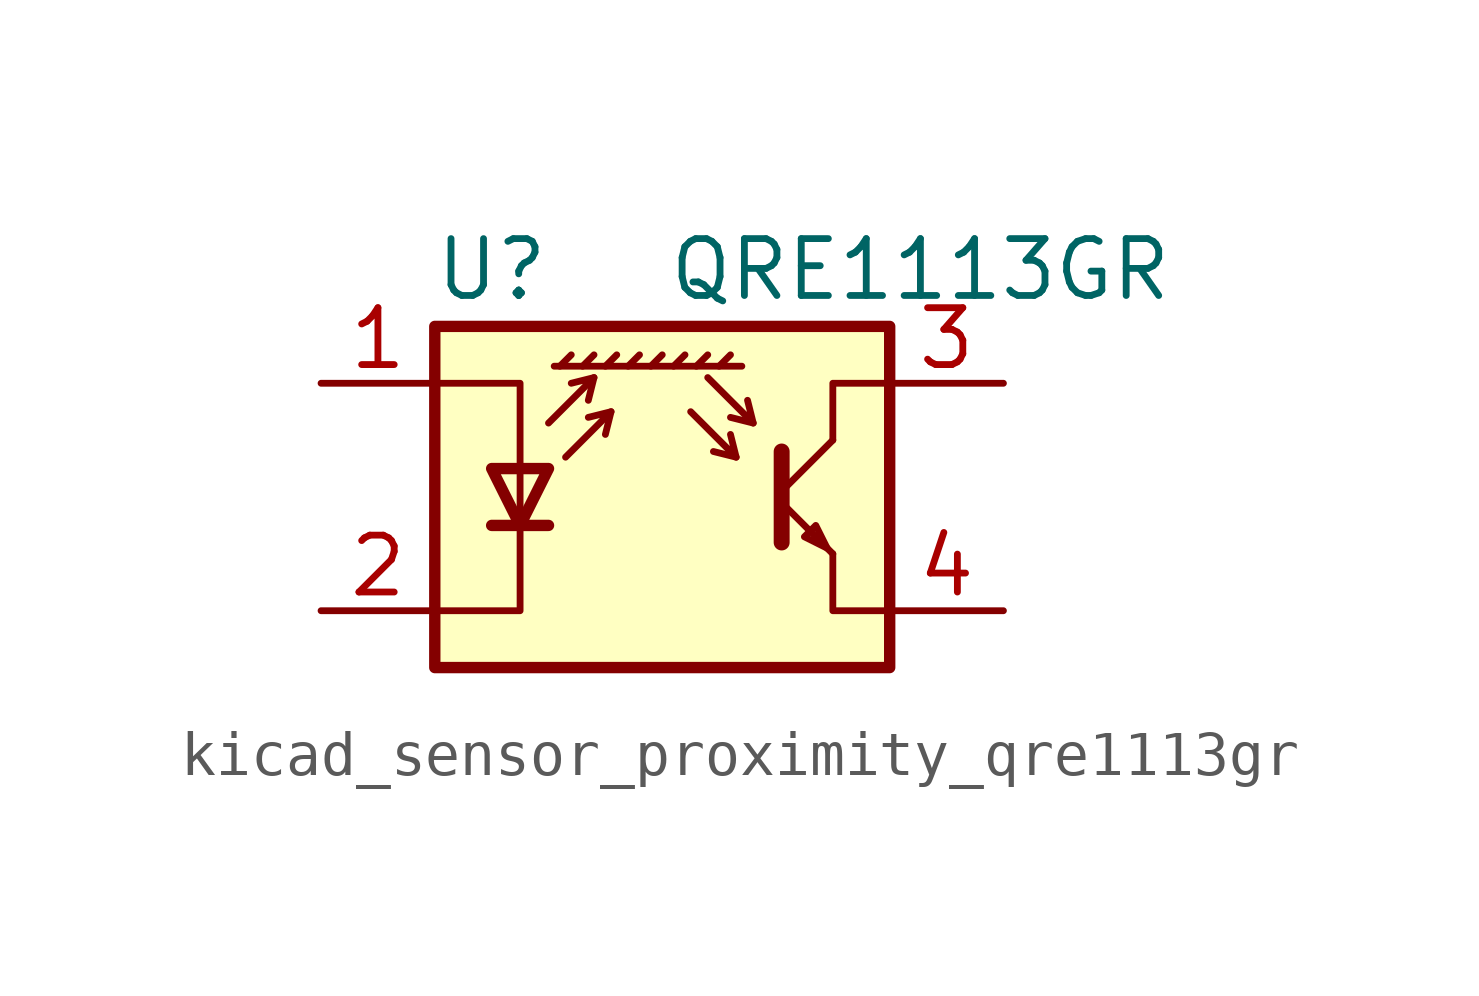
<source format=kicad_sym>
(kicad_symbol_lib
  (version 20220914)
  (generator kicad_symbol_editor)
  (symbol "kicad_sensor_proximity_qre1113gr"
    (pin_names
      (offset 0.025) hide)
    (property "Reference" "U"
      (at -3.81 5.08 0)
      (effects (font (size 1.27 1.27))))
    (property "Value" "QRE1113GR"
      (at 11.43 5.08 0)
      (effects (font (size 1.27 1.27)) (justify right)))
    (symbol "kicad_sensor_proximity_qre1113gr_0_1"
      (polyline (pts (xy -3.81 -0.635) (xy -2.54 -0.635)) (stroke (width 0.254) (type default)) (fill (type none)))
      (polyline (pts (xy -2.286 2.921) (xy -2.032 3.175)) (stroke (width 0) (type default)) (fill (type none)))
      (polyline (pts (xy -1.778 2.921) (xy -1.524 3.175)) (stroke (width 0) (type default)) (fill (type none)))
      (polyline (pts (xy -1.524 2.667) (xy -1.651 2.159)) (stroke (width 0) (type default)) (fill (type none)))
      (polyline (pts (xy -1.27 2.921) (xy -1.016 3.175)) (stroke (width 0) (type default)) (fill (type none)))
      (polyline (pts (xy -1.143 1.905) (xy -1.27 1.397)) (stroke (width 0) (type default)) (fill (type none)))
      (polyline (pts (xy -0.762 2.921) (xy -0.508 3.175)) (stroke (width 0) (type default)) (fill (type none)))
      (polyline (pts (xy -0.254 2.921) (xy 0 3.175)) (stroke (width 0) (type default)) (fill (type none)))
      (polyline (pts (xy 0.254 2.921) (xy 0.508 3.175)) (stroke (width 0) (type default)) (fill (type none)))
      (polyline (pts (xy 0.762 2.921) (xy 1.016 3.175)) (stroke (width 0) (type default)) (fill (type none)))
      (polyline (pts (xy 1.27 2.921) (xy 1.524 3.175)) (stroke (width 0) (type default)) (fill (type none)))
      (polyline (pts (xy 1.651 0.889) (xy 1.143 1.016)) (stroke (width 0) (type default)) (fill (type none)))
      (polyline (pts (xy 1.778 2.921) (xy -2.413 2.921)) (stroke (width 0) (type default)) (fill (type none)))
      (polyline (pts (xy 2.032 1.651) (xy 1.524 1.778)) (stroke (width 0) (type default)) (fill (type none)))
      (polyline (pts (xy 2.667 -0.127) (xy 3.81 -1.27)) (stroke (width 0) (type default)) (fill (type none)))
      (polyline (pts (xy 2.667 0.127) (xy 3.81 1.27)) (stroke (width 0) (type default)) (fill (type none)))
      (polyline (pts (xy -2.54 1.651) (xy -1.524 2.667) (xy -2.032 2.54)) (stroke (width 0) (type default)) (fill (type none)))
      (polyline (pts (xy -2.159 0.889) (xy -1.143 1.905) (xy -1.651 1.778)) (stroke (width 0) (type default)) (fill (type none)))
      (polyline (pts (xy 0.635 1.905) (xy 1.651 0.889) (xy 1.524 1.397)) (stroke (width 0) (type default)) (fill (type none)))
      (polyline (pts (xy 1.016 2.667) (xy 2.032 1.651) (xy 1.905 2.159)) (stroke (width 0) (type default)) (fill (type none)))
      (polyline (pts (xy 2.667 1.016) (xy 2.667 -1.016) (xy 2.667 -1.016)) (stroke (width 0.356) (type default)) (fill (type none)))
      (polyline (pts (xy 3.81 -1.27) (xy 3.81 -2.54) (xy 5.08 -2.54)) (stroke (width 0) (type default)) (fill (type none)))
      (polyline (pts (xy 3.81 1.27) (xy 3.81 2.54) (xy 5.08 2.54)) (stroke (width 0) (type default)) (fill (type none)))
      (polyline (pts (xy -5.08 -2.54) (xy -3.175 -2.54) (xy -3.175 2.54) (xy -5.08 2.54)) (stroke (width 0) (type default)) (fill (type none)))
      (polyline (pts (xy -3.175 -0.635) (xy -3.81 0.635) (xy -2.54 0.635) (xy -3.175 -0.635)) (stroke (width 0.254) (type default)) (fill (type none)))
      (polyline (pts (xy 3.683 -1.143) (xy 3.429 -0.635) (xy 3.175 -0.889) (xy 3.683 -1.143)) (stroke (width 0) (type default)) (fill (type none)))
      (polyline (pts (xy -5.08 -3.81) (xy 5.08 -3.81) (xy 5.08 3.81) (xy -5.08 3.81) (xy -5.08 -3.81)) (stroke (width 0.254) (type default)) (fill (type background))))
    (symbol "kicad_sensor_proximity_qre1113gr_1_1"
      (pin passive line (at -7.62 2.54 0) (length 2.54) (name "A" (effects (font (size 1.27 1.27)))) (number "1" (effects (font (size 1.27 1.27)))))
      (pin passive line (at -7.62 -2.54 0) (length 2.54) (name "K" (effects (font (size 1.27 1.27)))) (number "2" (effects (font (size 1.27 1.27)))))
      (pin open_collector line (at 7.62 2.54 180) (length 2.54) (name "~" (effects (font (size 1.27 1.27)))) (number "3" (effects (font (size 1.27 1.27)))))
      (pin open_emitter line (at 7.62 -2.54 180) (length 2.54) (name "~" (effects (font (size 1.27 1.27)))) (number "4" (effects (font (size 1.27 1.27))))))))
</source>
